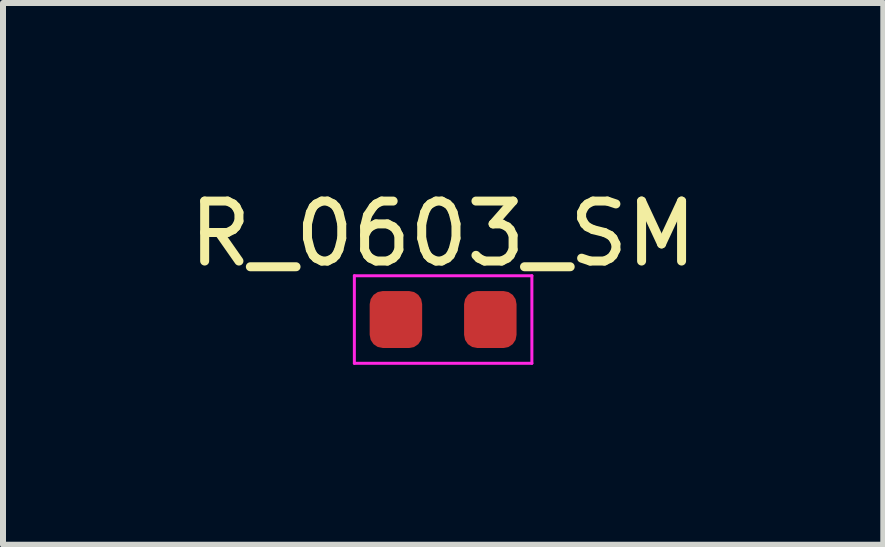
<source format=kicad_pcb>
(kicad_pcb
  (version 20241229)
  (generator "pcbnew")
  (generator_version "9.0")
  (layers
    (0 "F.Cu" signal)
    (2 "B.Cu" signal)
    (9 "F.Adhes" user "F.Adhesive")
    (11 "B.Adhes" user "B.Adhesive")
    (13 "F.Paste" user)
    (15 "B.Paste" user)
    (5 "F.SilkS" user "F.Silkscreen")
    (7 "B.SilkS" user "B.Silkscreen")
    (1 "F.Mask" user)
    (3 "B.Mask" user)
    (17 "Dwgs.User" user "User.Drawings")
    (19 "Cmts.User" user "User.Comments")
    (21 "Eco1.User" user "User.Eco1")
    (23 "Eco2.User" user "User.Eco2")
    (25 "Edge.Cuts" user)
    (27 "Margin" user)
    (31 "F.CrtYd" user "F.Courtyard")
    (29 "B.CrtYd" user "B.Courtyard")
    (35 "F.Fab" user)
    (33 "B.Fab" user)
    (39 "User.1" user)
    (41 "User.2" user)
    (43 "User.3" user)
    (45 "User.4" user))
  (footprint "R_0603_SM"
    (layer "F.Cu")
    (at 4.339 2.278)
    (property "Reference" "R_0603_SM" (at 0 -1.43 0) (layer "F.SilkS") (effects (font (size 1 1) (thickness 0.15))))
    (attr smd)
    (fp_poly (pts (xy -0.216 -0.533) (xy 0.216 -0.533) (xy 0.216 0.533) (xy -0.216 0.533)) (stroke (width 0.1) (type solid)) (fill yes) (layer "F.Mask"))
    (fp_line (start -1.48 -0.73) (end 1.48 -0.73) (stroke (width 0.05) (type solid)) (layer "F.CrtYd"))
    (fp_line (start -1.48 0.73) (end -1.48 -0.73) (stroke (width 0.05) (type solid)) (layer "F.CrtYd"))
    (fp_line (start 1.48 -0.73) (end 1.48 0.73) (stroke (width 0.05) (type solid)) (layer "F.CrtYd"))
    (fp_line (start 1.48 0.73) (end -1.48 0.73) (stroke (width 0.05) (type solid)) (layer "F.CrtYd"))
    (pad "1" smd roundrect (at -0.787 0) (size 0.875 0.95) (layers "F.Cu" "F.Mask" "F.Paste") (roundrect_rratio 0.25))
    (pad "2" smd roundrect (at 0.787 0) (size 0.875 0.95) (layers "F.Cu" "F.Mask" "F.Paste") (roundrect_rratio 0.25)))
  (gr_rect
    (start -3 -3)
    (end 11.679 6.033)
    (stroke (width 0.1) (type default))
    (fill no)
    (layer "Edge.Cuts")))
</source>
